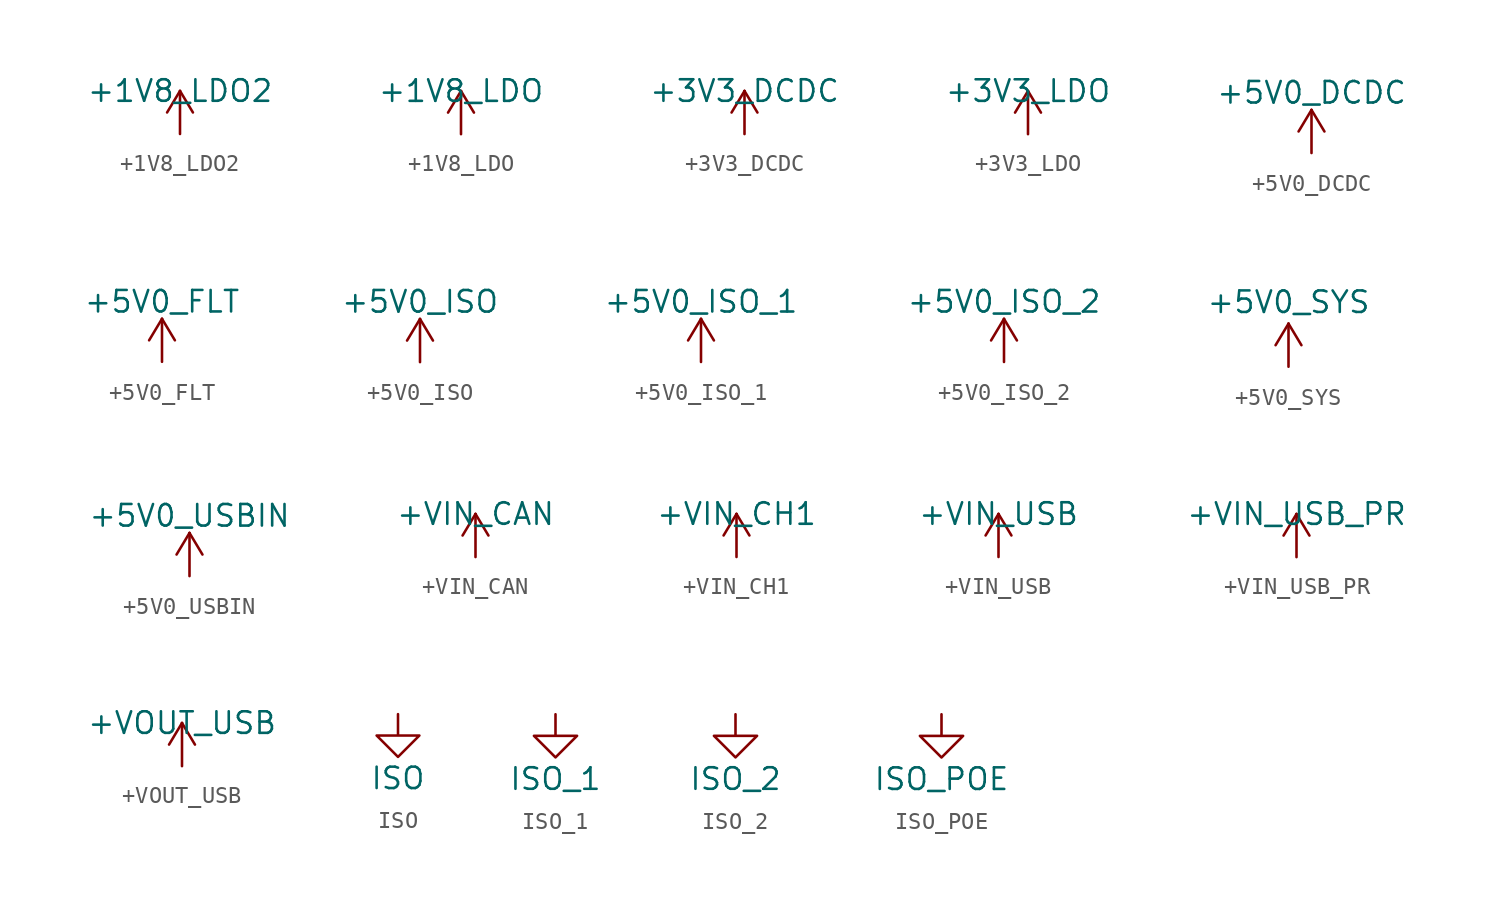
<source format=kicad_sym>
(kicad_symbol_lib
  (version 20241209)
  (generator "kicad_symbol_editor")
  (generator_version "9.0")
  (symbol "+1V8_LDO2"
    (power)
    (pin_names
      (offset 0))
    (property "Reference" "#PWR"
      (at 3.81 -1.27 0)
      (effects (font (size 1.27 1.27)) (hide yes)))
    (property "Value" "+1V8_LDO2"
      (at 0 2.54 0)
      (effects (font (size 1.27 1.27))))
    (symbol "+1V8_LDO2_0_1"
      (polyline (pts (xy -0.762 1.27) (xy 0 2.54)) (stroke (width 0) (type default)) (fill (type none)))
      (polyline (pts (xy 0 2.54) (xy 0.762 1.27)) (stroke (width 0) (type default)) (fill (type none)))
      (polyline (pts (xy 0 0) (xy 0 2.54)) (stroke (width 0) (type default)) (fill (type none))))
    (symbol "+1V8_LDO2_1_0"
      (pin power_in line (at 0 0 90) (length 0) (hide yes) (name "+1V8_LDO2" (effects (font (size 1.27 1.27)))) (number "1" (effects (font (size 1.27 1.27)))))))
  (symbol "+1V8_LDO"
    (power)
    (pin_names
      (offset 0))
    (property "Reference" "#PWR"
      (at 3.81 -1.27 0)
      (effects (font (size 1.27 1.27)) (hide yes)))
    (property "Value" "+1V8_LDO"
      (at 0 2.54 0)
      (effects (font (size 1.27 1.27))))
    (symbol "+1V8_LDO_0_1"
      (polyline (pts (xy -0.762 1.27) (xy 0 2.54)) (stroke (width 0) (type default)) (fill (type none)))
      (polyline (pts (xy 0 2.54) (xy 0.762 1.27)) (stroke (width 0) (type default)) (fill (type none)))
      (polyline (pts (xy 0 0) (xy 0 2.54)) (stroke (width 0) (type default)) (fill (type none))))
    (symbol "+1V8_LDO_1_0"
      (pin power_in line (at 0 0 90) (length 0) (hide yes) (name "+1V8_LDO" (effects (font (size 1.27 1.27)))) (number "1" (effects (font (size 1.27 1.27)))))))
  (symbol "+3V3_DCDC"
    (power)
    (pin_names
      (offset 0))
    (property "Reference" "#PWR"
      (at 3.81 -1.27 0)
      (effects (font (size 1.27 1.27)) (hide yes)))
    (property "Value" "+3V3_DCDC"
      (at 0 2.54 0)
      (effects (font (size 1.27 1.27))))
    (symbol "+3V3_DCDC_0_0"
      (pin power_in line (at 0 0 90) (length 0) (hide yes) (name "+3V3_DCDC" (effects (font (size 1.27 1.27)))) (number "1" (effects (font (size 1.27 1.27))))))
    (symbol "+3V3_DCDC_0_1"
      (polyline (pts (xy -0.762 1.27) (xy 0 2.54)) (stroke (width 0) (type default)) (fill (type none)))
      (polyline (pts (xy 0 2.54) (xy 0.762 1.27)) (stroke (width 0) (type default)) (fill (type none)))
      (polyline (pts (xy 0 0) (xy 0 2.54)) (stroke (width 0) (type default)) (fill (type none)))))
  (symbol "+3V3_LDO"
    (power)
    (pin_names
      (offset 0))
    (property "Reference" "#PWR"
      (at 3.81 -1.27 0)
      (effects (font (size 1.27 1.27)) (hide yes)))
    (property "Value" "+3V3_LDO"
      (at 0 2.54 0)
      (effects (font (size 1.27 1.27))))
    (symbol "+3V3_LDO_0_1"
      (polyline (pts (xy -0.762 1.27) (xy 0 2.54)) (stroke (width 0) (type default)) (fill (type none)))
      (polyline (pts (xy 0 2.54) (xy 0.762 1.27)) (stroke (width 0) (type default)) (fill (type none)))
      (polyline (pts (xy 0 0) (xy 0 2.54)) (stroke (width 0) (type default)) (fill (type none))))
    (symbol "+3V3_LDO_1_0"
      (pin power_in line (at 0 0 90) (length 0) (hide yes) (name "+3V3_LDO" (effects (font (size 1.27 1.27)))) (number "1" (effects (font (size 1.27 1.27)))))))
  (symbol "+5V0_DCDC"
    (power)
    (pin_names
      (offset 0))
    (property "Reference" "#PWR"
      (at 0 -3.81 0)
      (effects (font (size 1.27 1.27)) (hide yes)))
    (property "Value" "+5V0_DCDC"
      (at 0 3.556 0)
      (effects (font (size 1.27 1.27))))
    (symbol "+5V0_DCDC_0_1"
      (polyline (pts (xy -0.762 1.27) (xy 0 2.54)) (stroke (width 0) (type default)) (fill (type none)))
      (polyline (pts (xy 0 2.54) (xy 0.762 1.27)) (stroke (width 0) (type default)) (fill (type none)))
      (polyline (pts (xy 0 0) (xy 0 2.54)) (stroke (width 0) (type default)) (fill (type none))))
    (symbol "+5V0_DCDC_1_1"
      (pin power_in line (at 0 0 90) (length 0) (hide yes) (name "+5V0_DCDC" (effects (font (size 1.27 1.27)))) (number "1" (effects (font (size 1.27 1.27)))))))
  (symbol "+5V0_FLT"
    (power)
    (pin_names
      (offset 0))
    (property "Reference" "#PWR"
      (at 0 -3.81 0)
      (effects (font (size 1.27 1.27)) (hide yes)))
    (property "Value" "+5V0_FLT"
      (at 0 3.556 0)
      (effects (font (size 1.27 1.27))))
    (symbol "+5V0_FLT_0_1"
      (polyline (pts (xy -0.762 1.27) (xy 0 2.54)) (stroke (width 0) (type default)) (fill (type none)))
      (polyline (pts (xy 0 2.54) (xy 0.762 1.27)) (stroke (width 0) (type default)) (fill (type none)))
      (polyline (pts (xy 0 0) (xy 0 2.54)) (stroke (width 0) (type default)) (fill (type none))))
    (symbol "+5V0_FLT_1_1"
      (pin power_in line (at 0 0 90) (length 0) (hide yes) (name "+5V0_FLT" (effects (font (size 1.27 1.27)))) (number "1" (effects (font (size 1.27 1.27)))))))
  (symbol "+5V0_ISO"
    (power)
    (pin_names
      (offset 0))
    (property "Reference" "#PWR"
      (at 0 -3.81 0)
      (effects (font (size 1.27 1.27)) (hide yes)))
    (property "Value" "+5V0_ISO"
      (at 0 3.556 0)
      (effects (font (size 1.27 1.27))))
    (symbol "+5V0_ISO_0_1"
      (polyline (pts (xy -0.762 1.27) (xy 0 2.54)) (stroke (width 0) (type default)) (fill (type none)))
      (polyline (pts (xy 0 2.54) (xy 0.762 1.27)) (stroke (width 0) (type default)) (fill (type none)))
      (polyline (pts (xy 0 0) (xy 0 2.54)) (stroke (width 0) (type default)) (fill (type none))))
    (symbol "+5V0_ISO_1_1"
      (pin power_in line (at 0 0 90) (length 0) (hide yes) (name "+5V0_ISO" (effects (font (size 1.27 1.27)))) (number "1" (effects (font (size 1.27 1.27)))))))
  (symbol "+5V0_ISO_1"
    (power)
    (pin_names
      (offset 0))
    (property "Reference" "#PWR"
      (at 0 -3.81 0)
      (effects (font (size 1.27 1.27)) (hide yes)))
    (property "Value" "+5V0_ISO_1"
      (at 0 3.556 0)
      (effects (font (size 1.27 1.27))))
    (symbol "+5V0_ISO_1_0_1"
      (polyline (pts (xy -0.762 1.27) (xy 0 2.54)) (stroke (width 0) (type default)) (fill (type none)))
      (polyline (pts (xy 0 2.54) (xy 0.762 1.27)) (stroke (width 0) (type default)) (fill (type none)))
      (polyline (pts (xy 0 0) (xy 0 2.54)) (stroke (width 0) (type default)) (fill (type none))))
    (symbol "+5V0_ISO_1_1_1"
      (pin power_in line (at 0 0 90) (length 0) (hide yes) (name "+5V0_ISO_1" (effects (font (size 1.27 1.27)))) (number "1" (effects (font (size 1.27 1.27)))))))
  (symbol "+5V0_ISO_2"
    (power)
    (pin_names
      (offset 0))
    (property "Reference" "#PWR"
      (at 0 -3.81 0)
      (effects (font (size 1.27 1.27)) (hide yes)))
    (property "Value" "+5V0_ISO_2"
      (at 0 3.556 0)
      (effects (font (size 1.27 1.27))))
    (symbol "+5V0_ISO_2_0_1"
      (polyline (pts (xy -0.762 1.27) (xy 0 2.54)) (stroke (width 0) (type default)) (fill (type none)))
      (polyline (pts (xy 0 2.54) (xy 0.762 1.27)) (stroke (width 0) (type default)) (fill (type none)))
      (polyline (pts (xy 0 0) (xy 0 2.54)) (stroke (width 0) (type default)) (fill (type none))))
    (symbol "+5V0_ISO_2_1_1"
      (pin power_in line (at 0 0 90) (length 0) (hide yes) (name "+5V0_ISO_2" (effects (font (size 1.27 1.27)))) (number "1" (effects (font (size 1.27 1.27)))))))
  (symbol "+5V0_SYS"
    (power)
    (pin_names
      (offset 0))
    (property "Reference" "#PWR"
      (at 5.08 -2.54 0)
      (effects (font (size 1.27 1.27)) (hide yes)))
    (property "Value" "+5V0_SYS"
      (at 0 3.81 0)
      (effects (font (size 1.27 1.27))))
    (symbol "+5V0_SYS_0_1"
      (polyline (pts (xy -0.762 1.27) (xy 0 2.54)) (stroke (width 0) (type default)) (fill (type none)))
      (polyline (pts (xy 0 2.54) (xy 0.762 1.27)) (stroke (width 0) (type default)) (fill (type none)))
      (polyline (pts (xy 0 0) (xy 0 2.54)) (stroke (width 0) (type default)) (fill (type none))))
    (symbol "+5V0_SYS_1_1"
      (pin power_in line (at 0 0 90) (length 0) (hide yes) (name "+5V0_SYS" (effects (font (size 1.27 1.27)))) (number "1" (effects (font (size 1.27 1.27)))))))
  (symbol "+5V0_USBIN"
    (power)
    (pin_names
      (offset 0))
    (property "Reference" "#PWR"
      (at 0 -3.81 0)
      (effects (font (size 1.27 1.27)) (hide yes)))
    (property "Value" "+5V0_USBIN"
      (at 0 3.556 0)
      (effects (font (size 1.27 1.27))))
    (symbol "+5V0_USBIN_0_1"
      (polyline (pts (xy -0.762 1.27) (xy 0 2.54)) (stroke (width 0) (type default)) (fill (type none)))
      (polyline (pts (xy 0 2.54) (xy 0.762 1.27)) (stroke (width 0) (type default)) (fill (type none)))
      (polyline (pts (xy 0 0) (xy 0 2.54)) (stroke (width 0) (type default)) (fill (type none))))
    (symbol "+5V0_USBIN_1_1"
      (pin power_in line (at 0 0 90) (length 0) (hide yes) (name "+5V0_USBIN" (effects (font (size 1.27 1.27)))) (number "1" (effects (font (size 1.27 1.27)))))))
  (symbol "+VIN_CAN"
    (power)
    (pin_names
      (offset 0))
    (property "Reference" "#PWR"
      (at 3.81 -1.27 0)
      (effects (font (size 1.27 1.27)) (hide yes)))
    (property "Value" "+VIN_CAN"
      (at 0 2.54 0)
      (effects (font (size 1.27 1.27))))
    (symbol "+VIN_CAN_0_1"
      (polyline (pts (xy -0.762 1.27) (xy 0 2.54)) (stroke (width 0) (type default)) (fill (type none)))
      (polyline (pts (xy 0 2.54) (xy 0.762 1.27)) (stroke (width 0) (type default)) (fill (type none)))
      (polyline (pts (xy 0 0) (xy 0 2.54)) (stroke (width 0) (type default)) (fill (type none))))
    (symbol "+VIN_CAN_1_0"
      (pin power_in line (at 0 0 90) (length 0) (hide yes) (name "+VIN_CAN" (effects (font (size 1.27 1.27)))) (number "1" (effects (font (size 1.27 1.27)))))))
  (symbol "+VIN_CH1"
    (power)
    (pin_names
      (offset 0))
    (property "Reference" "#PWR"
      (at 3.81 -1.27 0)
      (effects (font (size 1.27 1.27)) (hide yes)))
    (property "Value" "+VIN_CH1"
      (at 0 2.54 0)
      (effects (font (size 1.27 1.27))))
    (symbol "+VIN_CH1_0_1"
      (polyline (pts (xy -0.762 1.27) (xy 0 2.54)) (stroke (width 0) (type default)) (fill (type none)))
      (polyline (pts (xy 0 2.54) (xy 0.762 1.27)) (stroke (width 0) (type default)) (fill (type none)))
      (polyline (pts (xy 0 0) (xy 0 2.54)) (stroke (width 0) (type default)) (fill (type none))))
    (symbol "+VIN_CH1_1_0"
      (pin power_in line (at 0 0 90) (length 0) (hide yes) (name "+VIN_CH1" (effects (font (size 1.27 1.27)))) (number "1" (effects (font (size 1.27 1.27)))))))
  (symbol "+VIN_USB"
    (power)
    (pin_names
      (offset 0))
    (property "Reference" "#PWR"
      (at 3.81 -1.27 0)
      (effects (font (size 1.27 1.27)) (hide yes)))
    (property "Value" "+VIN_USB"
      (at 0 2.54 0)
      (effects (font (size 1.27 1.27))))
    (symbol "+VIN_USB_0_1"
      (polyline (pts (xy -0.762 1.27) (xy 0 2.54)) (stroke (width 0) (type default)) (fill (type none)))
      (polyline (pts (xy 0 2.54) (xy 0.762 1.27)) (stroke (width 0) (type default)) (fill (type none)))
      (polyline (pts (xy 0 0) (xy 0 2.54)) (stroke (width 0) (type default)) (fill (type none))))
    (symbol "+VIN_USB_1_0"
      (pin power_in line (at 0 0 90) (length 0) (hide yes) (name "+VIN_USB" (effects (font (size 1.27 1.27)))) (number "1" (effects (font (size 1.27 1.27)))))))
  (symbol "+VIN_USB_PR"
    (power)
    (pin_names
      (offset 0))
    (property "Reference" "#PWR"
      (at 3.81 -1.27 0)
      (effects (font (size 1.27 1.27)) (hide yes)))
    (property "Value" "+VIN_USB_PR"
      (at 0 2.54 0)
      (effects (font (size 1.27 1.27))))
    (symbol "+VIN_USB_PR_0_1"
      (polyline (pts (xy -0.762 1.27) (xy 0 2.54)) (stroke (width 0) (type default)) (fill (type none)))
      (polyline (pts (xy 0 2.54) (xy 0.762 1.27)) (stroke (width 0) (type default)) (fill (type none)))
      (polyline (pts (xy 0 0) (xy 0 2.54)) (stroke (width 0) (type default)) (fill (type none))))
    (symbol "+VIN_USB_PR_1_0"
      (pin power_in line (at 0 0 90) (length 0) (hide yes) (name "+VIN_USB_PR" (effects (font (size 1.27 1.27)))) (number "1" (effects (font (size 1.27 1.27)))))))
  (symbol "+VOUT_USB"
    (power)
    (pin_names
      (offset 0))
    (property "Reference" "#PWR"
      (at 3.81 -1.27 0)
      (effects (font (size 1.27 1.27)) (hide yes)))
    (property "Value" "+VOUT_USB"
      (at 0 2.54 0)
      (effects (font (size 1.27 1.27))))
    (symbol "+VOUT_USB_0_1"
      (polyline (pts (xy -0.762 1.27) (xy 0 2.54)) (stroke (width 0) (type default)) (fill (type none)))
      (polyline (pts (xy 0 2.54) (xy 0.762 1.27)) (stroke (width 0) (type default)) (fill (type none)))
      (polyline (pts (xy 0 0) (xy 0 2.54)) (stroke (width 0) (type default)) (fill (type none))))
    (symbol "+VOUT_USB_1_0"
      (pin power_in line (at 0 0 90) (length 0) (hide yes) (name "+VOUT_USB" (effects (font (size 1.27 1.27)))) (number "1" (effects (font (size 1.27 1.27)))))))
  (symbol "ISO"
    (power)
    (pin_names
      (offset 0))
    (property "Reference" "#PWR"
      (at 0 -6.35 0)
      (effects (font (size 1.27 1.27)) (hide yes)))
    (property "Value" "ISO"
      (at 0 -3.81 0)
      (effects (font (size 1.27 1.27))))
    (symbol "ISO_0_1"
      (polyline (pts (xy 0 0) (xy 0 -1.27) (xy 1.27 -1.27) (xy 0 -2.54) (xy -1.27 -1.27) (xy 0 -1.27)) (stroke (width 0) (type default)) (fill (type none))))
    (symbol "ISO_1_1"
      (pin power_in line (at 0 0 270) (length 0) (hide yes) (name "ISO" (effects (font (size 1.27 1.27)))) (number "1" (effects (font (size 1.27 1.27)))))))
  (symbol "ISO_1"
    (power)
    (pin_names
      (offset 0))
    (property "Reference" "#PWR"
      (at 0 -6.35 0)
      (effects (font (size 1.27 1.27)) (hide yes)))
    (property "Value" "ISO_1"
      (at 0 -3.81 0)
      (effects (font (size 1.27 1.27))))
    (symbol "ISO_1_0_1"
      (polyline (pts (xy 0 0) (xy 0 -1.27) (xy 1.27 -1.27) (xy 0 -2.54) (xy -1.27 -1.27) (xy 0 -1.27)) (stroke (width 0) (type default)) (fill (type none))))
    (symbol "ISO_1_1_1"
      (pin power_in line (at 0 0 270) (length 0) (hide yes) (name "ISO_1" (effects (font (size 1.27 1.27)))) (number "1" (effects (font (size 1.27 1.27)))))))
  (symbol "ISO_2"
    (power)
    (pin_names
      (offset 0))
    (property "Reference" "#PWR"
      (at 0 -6.35 0)
      (effects (font (size 1.27 1.27)) (hide yes)))
    (property "Value" "ISO_2"
      (at 0 -3.81 0)
      (effects (font (size 1.27 1.27))))
    (symbol "ISO_2_0_1"
      (polyline (pts (xy 0 0) (xy 0 -1.27) (xy 1.27 -1.27) (xy 0 -2.54) (xy -1.27 -1.27) (xy 0 -1.27)) (stroke (width 0) (type default)) (fill (type none))))
    (symbol "ISO_2_1_1"
      (pin power_in line (at 0 0 270) (length 0) (hide yes) (name "ISO_2" (effects (font (size 1.27 1.27)))) (number "1" (effects (font (size 1.27 1.27)))))))
  (symbol "ISO_POE"
    (power)
    (pin_names
      (offset 0))
    (property "Reference" "#PWR"
      (at 0 -6.35 0)
      (effects (font (size 1.27 1.27)) (hide yes)))
    (property "Value" "ISO_POE"
      (at 0 -3.81 0)
      (effects (font (size 1.27 1.27))))
    (symbol "ISO_POE_0_1"
      (polyline (pts (xy 0 0) (xy 0 -1.27) (xy 1.27 -1.27) (xy 0 -2.54) (xy -1.27 -1.27) (xy 0 -1.27)) (stroke (width 0) (type default)) (fill (type none))))
    (symbol "ISO_POE_1_1"
      (pin power_in line (at 0 0 270) (length 0) (hide yes) (name "ISO_POE" (effects (font (size 1.27 1.27)))) (number "1" (effects (font (size 1.27 1.27))))))))
</source>
